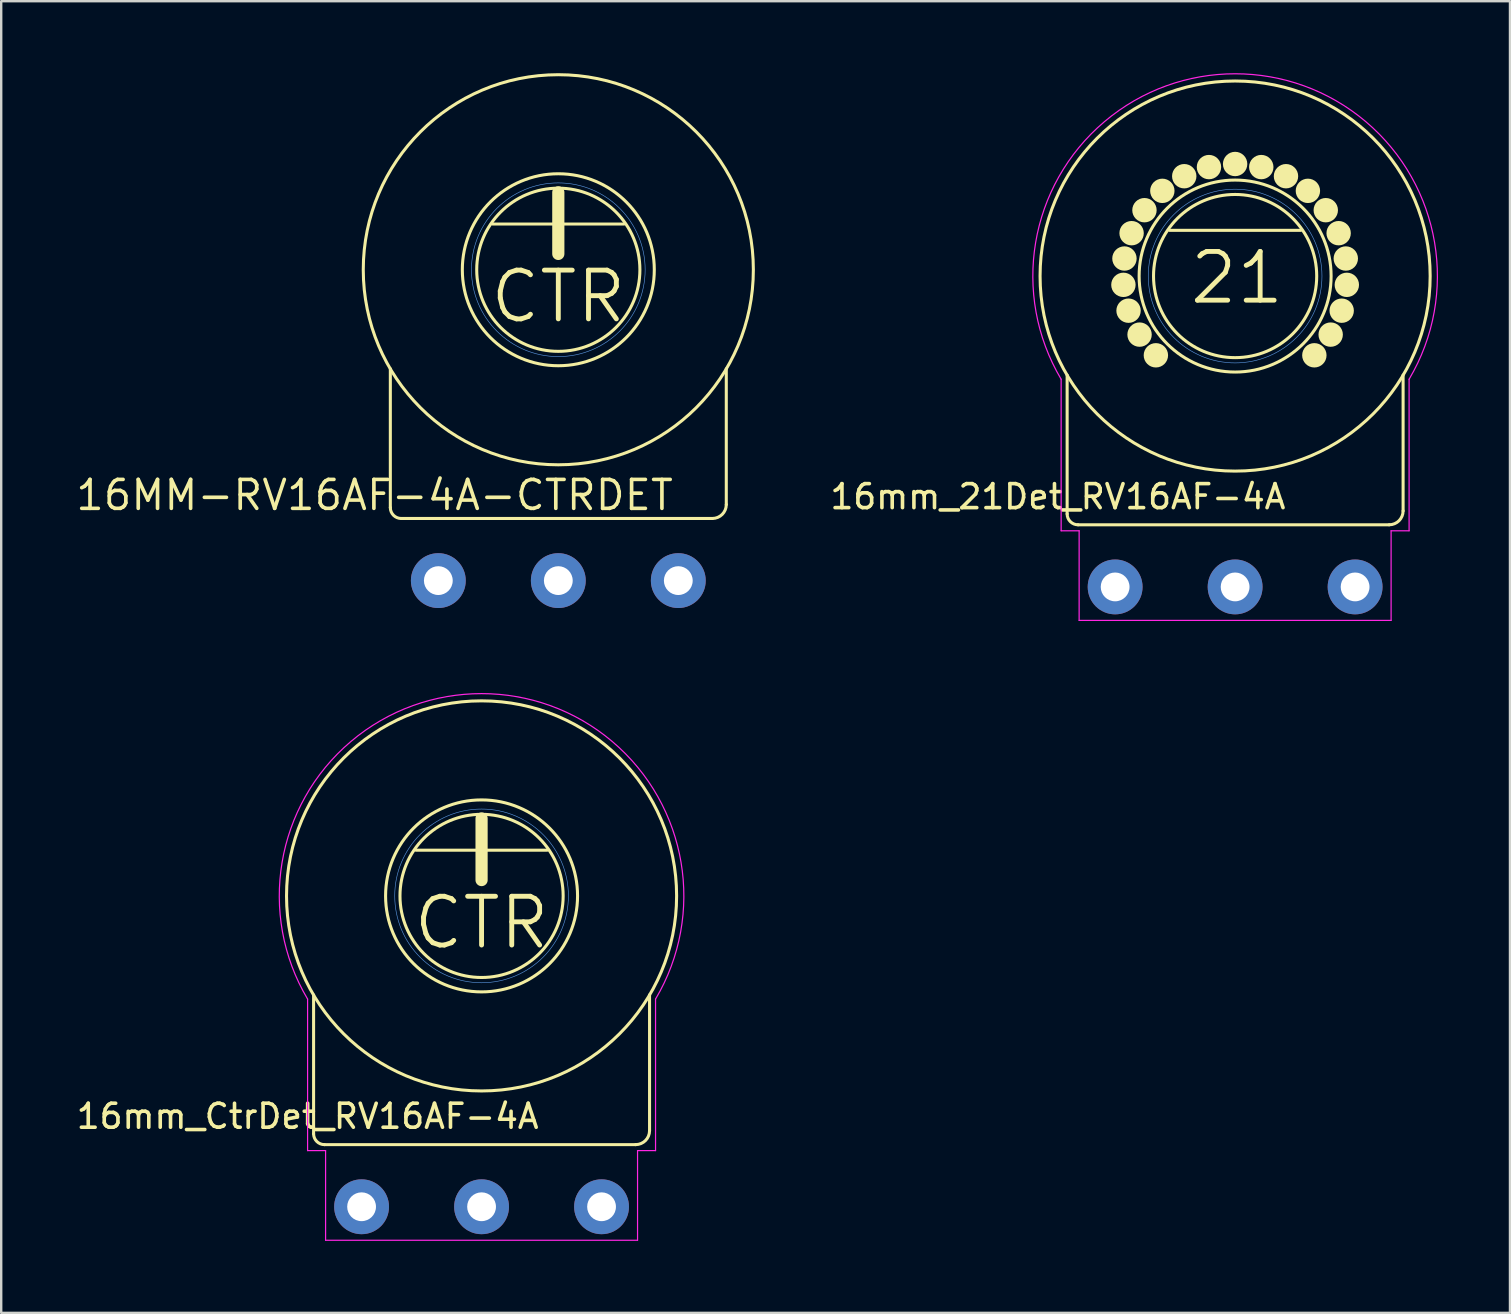
<source format=kicad_pcb>
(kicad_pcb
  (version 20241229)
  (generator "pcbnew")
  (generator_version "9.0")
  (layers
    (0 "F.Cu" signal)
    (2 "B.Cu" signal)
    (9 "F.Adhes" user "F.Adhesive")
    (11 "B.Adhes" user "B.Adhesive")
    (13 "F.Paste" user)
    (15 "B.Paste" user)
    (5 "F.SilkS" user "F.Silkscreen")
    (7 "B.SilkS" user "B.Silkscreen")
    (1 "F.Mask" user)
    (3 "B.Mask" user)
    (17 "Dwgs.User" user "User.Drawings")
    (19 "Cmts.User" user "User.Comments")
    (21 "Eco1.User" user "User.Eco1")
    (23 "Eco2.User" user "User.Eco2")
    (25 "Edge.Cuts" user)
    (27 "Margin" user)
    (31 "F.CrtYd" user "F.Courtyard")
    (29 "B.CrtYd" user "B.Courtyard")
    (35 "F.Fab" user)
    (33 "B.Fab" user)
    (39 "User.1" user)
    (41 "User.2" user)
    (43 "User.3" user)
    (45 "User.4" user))
  (footprint "16MM-RV16AF-4A-CTRDET"
    (layer "F.Cu")
    (at 20.216 8.191)
    (property "Reference" "16MM-RV16AF-4A-CTRDET" (at 4.877 8.687 0) (layer "F.SilkS") (effects (font (size 1.206 1.206) (thickness 0.152)) (justify right top)))
    (attr through_hole)
    (fp_line (start -7 4.127) (end -7 9.912) (stroke (width 0.127) (type solid)) (layer "F.SilkS"))
    (fp_line (start -6.547 10.365) (end 6.42 10.365) (stroke (width 0.127) (type solid)) (layer "F.SilkS"))
    (fp_line (start -2.738 -1.905) (end 2.738 -1.905) (stroke (width 0.127) (type solid)) (layer "F.SilkS"))
    (fp_line (start 0 -3.226) (end 0 -0.66) (stroke (width 0.508) (type solid)) (layer "F.SilkS"))
    (fp_line (start 7 9.785) (end 7 4.127) (stroke (width 0.127) (type solid)) (layer "F.SilkS"))
    (fp_arc (start -6.546894 10.365) (mid -6.867288 10.232288) (end -7 9.911894) (stroke (width 0.127) (type solid)) (layer "F.SilkS"))
    (fp_arc (start 7 9.784894) (mid 6.830091 10.195091) (end 6.419894 10.365) (stroke (width 0.127) (type solid)) (layer "F.SilkS"))
    (fp_circle (center 0 0) (end 3.4 0) (stroke (width 0.127) (type solid)) (fill no) (layer "F.SilkS"))
    (fp_circle (center 0 0) (end 4 0) (stroke (width 0.127) (type solid)) (fill no) (layer "F.SilkS"))
    (fp_circle (center 0 0) (end 8.128 0) (stroke (width 0.127) (type solid)) (fill no) (layer "F.SilkS"))
    (fp_circle (center 0 0) (end 3.619 0) (stroke (width 0.025) (type solid)) (fill no) (layer "Cmts.User"))
    (fp_text user "CTR" (at 0 1.118 0) (layer "F.SilkS") (effects (font (size 2.032 2.032) (thickness 0.203))))
    (pad "1" thru_hole circle (at -5 12.954 90) (size 2.286 2.286) (drill 1.2) (layers "*.Cu" "*.Mask"))
    (pad "2" thru_hole circle (at 0 12.954 90) (size 2.286 2.286) (drill 1.2) (layers "*.Cu" "*.Mask"))
    (pad "3" thru_hole circle (at 5 12.954 90) (size 2.286 2.286) (drill 1.2) (layers "*.Cu" "*.Mask")))
  (footprint "16mm_CtrDet_RV16AF-4A"
    (layer "F.Cu")
    (at 17.018 34.284)
    (property "Reference" "16mm_CtrDet_RV16AF-4A" (at 2.47 8.6 0) (layer "F.SilkS") (effects (font (size 1 1) (thickness 0.15)) (justify right top)))
    (attr through_hole)
    (fp_line (start -7 4.127) (end -7 9.912) (stroke (width 0.127) (type solid)) (layer "F.SilkS"))
    (fp_line (start -6.547 10.365) (end 6.42 10.365) (stroke (width 0.127) (type solid)) (layer "F.SilkS"))
    (fp_line (start -2.738 -1.905) (end 2.738 -1.905) (stroke (width 0.127) (type solid)) (layer "F.SilkS"))
    (fp_line (start 0 -3.226) (end 0 -0.66) (stroke (width 0.508) (type solid)) (layer "F.SilkS"))
    (fp_line (start 7 9.785) (end 7 4.127) (stroke (width 0.127) (type solid)) (layer "F.SilkS"))
    (fp_arc (start -6.546894 10.365) (mid -6.867288 10.232288) (end -7 9.911894) (stroke (width 0.127) (type solid)) (layer "F.SilkS"))
    (fp_arc (start 7 9.784894) (mid 6.830091 10.195091) (end 6.419894 10.365) (stroke (width 0.127) (type solid)) (layer "F.SilkS"))
    (fp_circle (center 0 0) (end 3.4 0) (stroke (width 0.127) (type solid)) (fill no) (layer "F.SilkS"))
    (fp_circle (center 0 0) (end 4 0) (stroke (width 0.127) (type solid)) (fill no) (layer "F.SilkS"))
    (fp_circle (center 0 0) (end 8.128 0) (stroke (width 0.127) (type solid)) (fill no) (layer "F.SilkS"))
    (fp_circle (center 0 0) (end 3.619 0) (stroke (width 0.025) (type solid)) (fill no) (layer "Cmts.User"))
    (fp_line (start -7.25 4.3) (end -7.25 10.615) (stroke (width 0.05) (type solid)) (layer "F.CrtYd"))
    (fp_line (start -7.25 10.615) (end -6.5 10.615) (stroke (width 0.05) (type solid)) (layer "F.CrtYd"))
    (fp_line (start -6.5 10.615) (end -6.5 14.35) (stroke (width 0.05) (type solid)) (layer "F.CrtYd"))
    (fp_line (start -6.5 14.35) (end 6.5 14.35) (stroke (width 0.05) (type solid)) (layer "F.CrtYd"))
    (fp_line (start 6.5 10.615) (end 7.25 10.615) (stroke (width 0.05) (type solid)) (layer "F.CrtYd"))
    (fp_line (start 6.5 14.35) (end 6.5 10.615) (stroke (width 0.05) (type solid)) (layer "F.CrtYd"))
    (fp_line (start 7.25 10.615) (end 7.25 4.3) (stroke (width 0.05) (type solid)) (layer "F.CrtYd"))
    (fp_arc (start -7.249999 4.3) (mid 0 -8.429264) (end 7.249999 4.299999) (stroke (width 0.05) (type solid)) (layer "F.CrtYd"))
    (fp_text user "CTR" (at 0 1.118 0) (layer "F.SilkS") (effects (font (size 2.032 2.032) (thickness 0.203))))
    (pad "1" thru_hole circle (at -5 12.954 90) (size 2.286 2.286) (drill 1.2) (layers "*.Cu" "*.Mask"))
    (pad "2" thru_hole circle (at 0 12.954 90) (size 2.286 2.286) (drill 1.2) (layers "*.Cu" "*.Mask"))
    (pad "3" thru_hole circle (at 5 12.954 90) (size 2.286 2.286) (drill 1.2) (layers "*.Cu" "*.Mask")))
  (footprint "16mm_21Det_RV16AF-4A"
    (layer "F.Cu")
    (at 48.42 8.454)
    (property "Reference" "16mm_21Det_RV16AF-4A" (at 2.19 8.61 0) (layer "F.SilkS") (effects (font (size 1 1) (thickness 0.15)) (justify right top)))
    (attr through_hole)
    (fp_line (start -7 4.127) (end -7 9.912) (stroke (width 0.127) (type solid)) (layer "F.SilkS"))
    (fp_line (start -6.547 10.365) (end 6.42 10.365) (stroke (width 0.127) (type solid)) (layer "F.SilkS"))
    (fp_line (start -2.738 -1.905) (end 2.738 -1.905) (stroke (width 0.127) (type solid)) (layer "F.SilkS"))
    (fp_line (start 7 9.785) (end 7 4.127) (stroke (width 0.127) (type solid)) (layer "F.SilkS"))
    (fp_arc (start -6.546894 10.365) (mid -6.867288 10.232288) (end -7 9.911894) (stroke (width 0.127) (type solid)) (layer "F.SilkS"))
    (fp_arc (start 7 9.784894) (mid 6.830091 10.195091) (end 6.419894 10.365) (stroke (width 0.127) (type solid)) (layer "F.SilkS"))
    (fp_circle (center -4.655 0.366) (end -4.655 0.62) (stroke (width 0.508) (type solid)) (fill no) (layer "F.SilkS"))
    (fp_circle (center -4.612 -0.731) (end -4.612 -0.477) (stroke (width 0.508) (type solid)) (fill no) (layer "F.SilkS"))
    (fp_circle (center -4.441 1.443) (end -4.441 1.697) (stroke (width 0.508) (type solid)) (fill no) (layer "F.SilkS"))
    (fp_circle (center -4.314 -1.787) (end -4.314 -1.533) (stroke (width 0.508) (type solid)) (fill no) (layer "F.SilkS"))
    (fp_circle (center -3.982 2.44) (end -3.982 2.694) (stroke (width 0.508) (type solid)) (fill no) (layer "F.SilkS"))
    (fp_circle (center -3.778 -2.745) (end -3.778 -2.491) (stroke (width 0.508) (type solid)) (fill no) (layer "F.SilkS"))
    (fp_circle (center -3.302 3.302) (end -3.302 3.556) (stroke (width 0.508) (type solid)) (fill no) (layer "F.SilkS"))
    (fp_circle (center -3.033 -3.551) (end -3.033 -3.297) (stroke (width 0.508) (type solid)) (fill no) (layer "F.SilkS"))
    (fp_circle (center -2.12 -4.161) (end -2.12 -3.907) (stroke (width 0.508) (type solid)) (fill no) (layer "F.SilkS"))
    (fp_circle (center -1.09 -4.541) (end -1.09 -4.287) (stroke (width 0.508) (type solid)) (fill no) (layer "F.SilkS"))
    (fp_circle (center 0 -4.67) (end 0 -4.416) (stroke (width 0.508) (type solid)) (fill no) (layer "F.SilkS"))
    (fp_circle (center 0 0) (end 3.4 0) (stroke (width 0.127) (type solid)) (fill no) (layer "F.SilkS"))
    (fp_circle (center 0 0) (end 4 0) (stroke (width 0.127) (type solid)) (fill no) (layer "F.SilkS"))
    (fp_circle (center 0 0) (end 8.128 0) (stroke (width 0.127) (type solid)) (fill no) (layer "F.SilkS"))
    (fp_circle (center 1.09 -4.541) (end 1.09 -4.287) (stroke (width 0.508) (type solid)) (fill no) (layer "F.SilkS"))
    (fp_circle (center 2.12 -4.161) (end 2.12 -3.907) (stroke (width 0.508) (type solid)) (fill no) (layer "F.SilkS"))
    (fp_circle (center 3.033 -3.551) (end 3.033 -3.297) (stroke (width 0.508) (type solid)) (fill no) (layer "F.SilkS"))
    (fp_circle (center 3.302 3.302) (end 3.302 3.556) (stroke (width 0.508) (type solid)) (fill no) (layer "F.SilkS"))
    (fp_circle (center 3.778 -2.745) (end 3.778 -2.491) (stroke (width 0.508) (type solid)) (fill no) (layer "F.SilkS"))
    (fp_circle (center 3.982 2.44) (end 3.982 2.694) (stroke (width 0.508) (type solid)) (fill no) (layer "F.SilkS"))
    (fp_circle (center 4.314 -1.787) (end 4.314 -1.533) (stroke (width 0.508) (type solid)) (fill no) (layer "F.SilkS"))
    (fp_circle (center 4.441 1.443) (end 4.441 1.697) (stroke (width 0.508) (type solid)) (fill no) (layer "F.SilkS"))
    (fp_circle (center 4.612 -0.731) (end 4.612 -0.477) (stroke (width 0.508) (type solid)) (fill no) (layer "F.SilkS"))
    (fp_circle (center 4.655 0.366) (end 4.655 0.62) (stroke (width 0.508) (type solid)) (fill no) (layer "F.SilkS"))
    (fp_circle (center 0 0) (end 3.619 0) (stroke (width 0.025) (type solid)) (fill no) (layer "Cmts.User"))
    (fp_line (start -7.25 4.3) (end -7.25 10.615) (stroke (width 0.05) (type solid)) (layer "F.CrtYd"))
    (fp_line (start -7.25 10.615) (end -6.5 10.615) (stroke (width 0.05) (type solid)) (layer "F.CrtYd"))
    (fp_line (start -6.5 10.615) (end -6.5 14.35) (stroke (width 0.05) (type solid)) (layer "F.CrtYd"))
    (fp_line (start -6.5 14.35) (end 6.5 14.35) (stroke (width 0.05) (type solid)) (layer "F.CrtYd"))
    (fp_line (start 6.5 10.615) (end 7.25 10.615) (stroke (width 0.05) (type solid)) (layer "F.CrtYd"))
    (fp_line (start 6.5 14.35) (end 6.5 10.615) (stroke (width 0.05) (type solid)) (layer "F.CrtYd"))
    (fp_line (start 7.25 10.615) (end 7.25 4.3) (stroke (width 0.05) (type solid)) (layer "F.CrtYd"))
    (fp_arc (start -7.249999 4.3) (mid 0 -8.429264) (end 7.249999 4.299999) (stroke (width 0.05) (type solid)) (layer "F.CrtYd"))
    (fp_text user "21" (at 0.076 0.076 0) (layer "F.SilkS") (effects (font (size 2.032 2.032) (thickness 0.203))))
    (pad "1" thru_hole circle (at -5 12.954 90) (size 2.286 2.286) (drill 1.2) (layers "*.Cu" "*.Mask"))
    (pad "2" thru_hole circle (at 0 12.954 90) (size 2.286 2.286) (drill 1.2) (layers "*.Cu" "*.Mask"))
    (pad "3" thru_hole circle (at 5 12.954 90) (size 2.286 2.286) (drill 1.2) (layers "*.Cu" "*.Mask")))
  (gr_rect
    (start -3 -3)
    (end 59.874 51.659)
    (stroke (width 0.1) (type default))
    (fill no)
    (layer "Edge.Cuts")))
</source>
